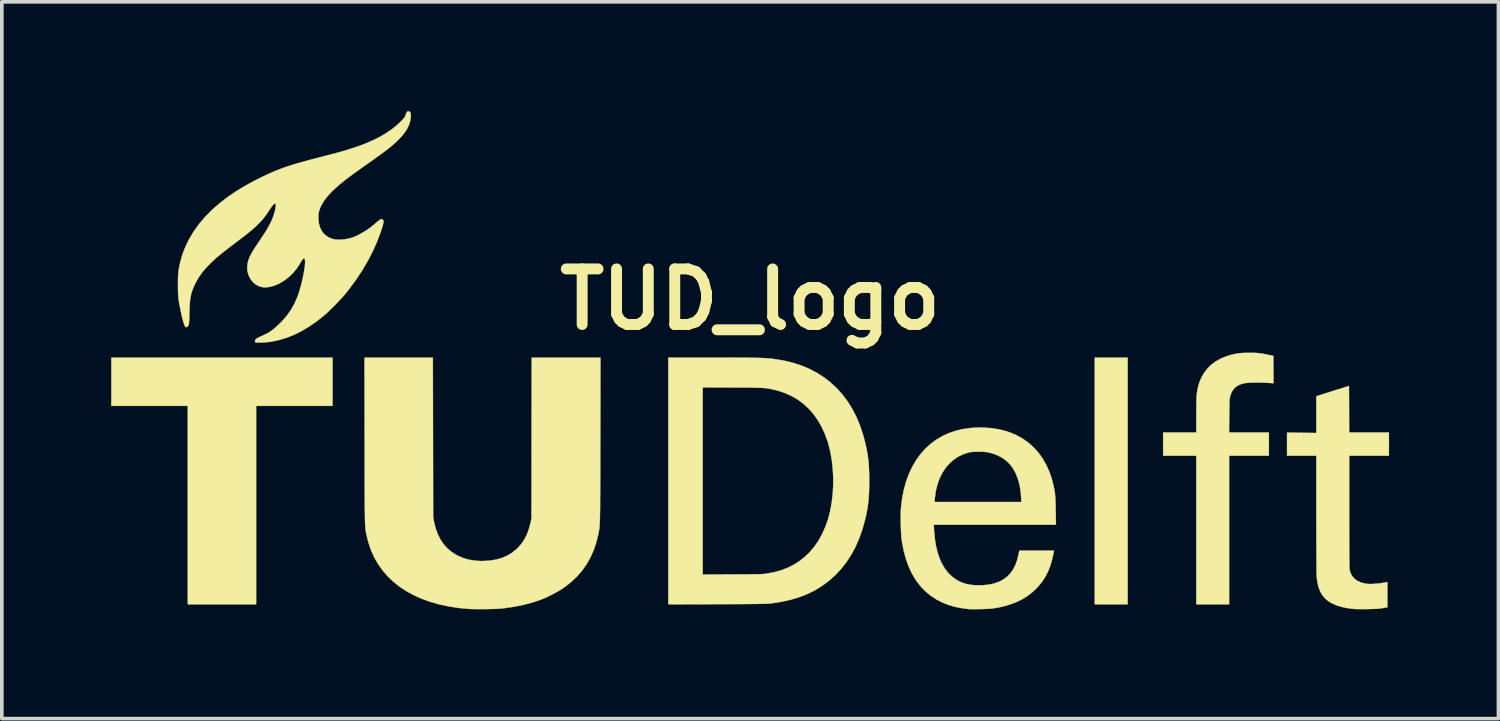
<source format=kicad_pcb>
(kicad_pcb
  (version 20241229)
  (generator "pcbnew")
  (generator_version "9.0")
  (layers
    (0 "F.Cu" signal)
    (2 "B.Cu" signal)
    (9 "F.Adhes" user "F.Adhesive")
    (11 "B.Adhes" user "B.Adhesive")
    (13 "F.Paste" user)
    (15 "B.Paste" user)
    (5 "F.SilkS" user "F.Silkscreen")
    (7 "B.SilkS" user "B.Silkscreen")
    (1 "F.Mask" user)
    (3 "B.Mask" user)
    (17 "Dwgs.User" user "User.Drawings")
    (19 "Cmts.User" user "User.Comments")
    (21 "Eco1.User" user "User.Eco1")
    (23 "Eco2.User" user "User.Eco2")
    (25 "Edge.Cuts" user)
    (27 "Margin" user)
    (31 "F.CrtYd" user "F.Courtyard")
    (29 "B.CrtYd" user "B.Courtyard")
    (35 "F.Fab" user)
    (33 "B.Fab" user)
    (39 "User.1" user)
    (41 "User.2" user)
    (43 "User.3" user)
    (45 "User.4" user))
  (footprint "TUD_logo"
    (layer "F.Cu")
    (at 17.528 5.162)
    (property "Reference" "TUD_logo" (at 0 0 180) (layer "F.SilkS") (effects (font (size 1.524 1.524) (thickness 0.3))))
    (attr through_hole)
    (fp_poly (pts (xy 10.355 8.364) (xy 9.455 8.364) (xy 9.455 1.599) (xy 10.355 1.599) (xy 10.355 8.364)) (stroke (width 0.01) (type solid)) (fill yes) (layer "F.SilkS"))
    (fp_poly (pts (xy -11.456 2.922) (xy -13.552 2.922) (xy -13.552 8.364) (xy -15.426 8.364) (xy -15.426 2.922) (xy -17.523 2.922) (xy -17.523 1.599) (xy -11.456 1.599) (xy -11.456 2.922)) (stroke (width 0.01) (type solid)) (fill yes) (layer "F.SilkS"))
    (fp_poly (pts (xy 13.783 1.467) (xy 13.852 1.469) (xy 13.915 1.472) (xy 13.975 1.478) (xy 14.037 1.487) (xy 14.105 1.499) (xy 14.186 1.516) (xy 14.267 1.533) (xy 14.352 1.551) (xy 14.354 1.926) (xy 14.357 2.3) (xy 14.222 2.291) (xy 14.134 2.286) (xy 14.039 2.283) (xy 13.944 2.282) (xy 13.85 2.282) (xy 13.761 2.284) (xy 13.682 2.288) (xy 13.616 2.293) (xy 13.566 2.299) (xy 13.558 2.301) (xy 13.454 2.33) (xy 13.368 2.37) (xy 13.298 2.422) (xy 13.242 2.487) (xy 13.199 2.568) (xy 13.169 2.654) (xy 13.164 2.675) (xy 13.159 2.696) (xy 13.155 2.72) (xy 13.152 2.747) (xy 13.15 2.782) (xy 13.148 2.825) (xy 13.146 2.879) (xy 13.145 2.946) (xy 13.144 3.029) (xy 13.143 3.129) (xy 13.142 3.195) (xy 13.138 3.653) (xy 14.23 3.653) (xy 14.23 4.288) (xy 13.139 4.288) (xy 13.139 8.364) (xy 12.239 8.364) (xy 12.239 4.288) (xy 11.329 4.288) (xy 11.329 3.653) (xy 12.239 3.653) (xy 12.239 3.189) (xy 12.24 3.084) (xy 12.24 2.982) (xy 12.242 2.886) (xy 12.243 2.799) (xy 12.245 2.724) (xy 12.248 2.663) (xy 12.25 2.62) (xy 12.251 2.609) (xy 12.277 2.44) (xy 12.321 2.284) (xy 12.382 2.139) (xy 12.46 2.007) (xy 12.554 1.888) (xy 12.664 1.783) (xy 12.789 1.692) (xy 12.929 1.616) (xy 13.084 1.555) (xy 13.186 1.525) (xy 13.263 1.506) (xy 13.331 1.492) (xy 13.395 1.481) (xy 13.459 1.474) (xy 13.53 1.47) (xy 13.612 1.467) (xy 13.701 1.467) (xy 13.783 1.467)) (stroke (width 0.01) (type solid)) (fill yes) (layer "F.SilkS"))
    (fp_poly (pts (xy 16.43 3.014) (xy 16.432 3.653) (xy 17.523 3.653) (xy 17.523 4.288) (xy 16.432 4.288) (xy 16.432 5.828) (xy 16.432 6.063) (xy 16.432 6.278) (xy 16.433 6.472) (xy 16.433 6.647) (xy 16.434 6.803) (xy 16.434 6.94) (xy 16.435 7.059) (xy 16.436 7.16) (xy 16.437 7.244) (xy 16.439 7.312) (xy 16.44 7.363) (xy 16.442 7.399) (xy 16.443 7.42) (xy 16.444 7.424) (xy 16.474 7.519) (xy 16.52 7.6) (xy 16.583 7.669) (xy 16.663 7.725) (xy 16.758 7.767) (xy 16.868 7.796) (xy 16.918 7.804) (xy 16.985 7.808) (xy 17.066 7.808) (xy 17.157 7.802) (xy 17.251 7.793) (xy 17.345 7.779) (xy 17.382 7.773) (xy 17.48 7.754) (xy 17.48 8.447) (xy 17.409 8.459) (xy 17.359 8.467) (xy 17.302 8.475) (xy 17.258 8.482) (xy 17.217 8.486) (xy 17.158 8.489) (xy 17.087 8.492) (xy 17.007 8.494) (xy 16.921 8.496) (xy 16.835 8.497) (xy 16.752 8.497) (xy 16.676 8.496) (xy 16.611 8.495) (xy 16.562 8.492) (xy 16.552 8.491) (xy 16.374 8.468) (xy 16.214 8.433) (xy 16.072 8.388) (xy 15.948 8.332) (xy 15.855 8.275) (xy 15.769 8.202) (xy 15.697 8.115) (xy 15.639 8.014) (xy 15.594 7.899) (xy 15.562 7.767) (xy 15.543 7.626) (xy 15.542 7.597) (xy 15.54 7.547) (xy 15.539 7.476) (xy 15.538 7.386) (xy 15.537 7.277) (xy 15.536 7.15) (xy 15.535 7.004) (xy 15.534 6.841) (xy 15.533 6.66) (xy 15.533 6.463) (xy 15.533 6.25) (xy 15.532 6.021) (xy 15.532 5.895) (xy 15.532 4.288) (xy 14.728 4.288) (xy 14.728 3.656) (xy 15.13 3.661) (xy 15.532 3.666) (xy 15.532 2.658) (xy 15.715 2.6) (xy 15.779 2.58) (xy 15.858 2.555) (xy 15.945 2.527) (xy 16.036 2.498) (xy 16.123 2.471) (xy 16.162 2.459) (xy 16.427 2.375) (xy 16.43 3.014)) (stroke (width 0.01) (type solid)) (fill yes) (layer "F.SilkS"))
    (fp_poly (pts (xy -8.696 5.977) (xy -8.673 6.097) (xy -8.631 6.273) (xy -8.573 6.433) (xy -8.501 6.579) (xy -8.414 6.709) (xy -8.312 6.824) (xy -8.195 6.924) (xy -8.064 7.009) (xy -7.99 7.047) (xy -7.855 7.102) (xy -7.715 7.141) (xy -7.567 7.166) (xy -7.406 7.178) (xy -7.348 7.178) (xy -7.164 7.17) (xy -6.992 7.144) (xy -6.832 7.101) (xy -6.685 7.041) (xy -6.55 6.964) (xy -6.428 6.869) (xy -6.373 6.818) (xy -6.276 6.708) (xy -6.194 6.586) (xy -6.125 6.452) (xy -6.07 6.303) (xy -6.025 6.138) (xy -6.022 6.122) (xy -5.998 6.009) (xy -5.995 3.804) (xy -5.992 1.599) (xy -4.107 1.599) (xy -4.111 3.862) (xy -4.112 4.123) (xy -4.112 4.363) (xy -4.112 4.585) (xy -4.113 4.787) (xy -4.113 4.973) (xy -4.114 5.141) (xy -4.114 5.294) (xy -4.115 5.433) (xy -4.116 5.557) (xy -4.116 5.668) (xy -4.117 5.768) (xy -4.119 5.856) (xy -4.12 5.934) (xy -4.122 6.002) (xy -4.123 6.062) (xy -4.125 6.115) (xy -4.128 6.161) (xy -4.13 6.202) (xy -4.133 6.237) (xy -4.136 6.269) (xy -4.14 6.298) (xy -4.144 6.325) (xy -4.148 6.351) (xy -4.153 6.376) (xy -4.158 6.403) (xy -4.164 6.43) (xy -4.167 6.448) (xy -4.221 6.671) (xy -4.293 6.881) (xy -4.381 7.079) (xy -4.487 7.266) (xy -4.61 7.44) (xy -4.751 7.602) (xy -4.91 7.752) (xy -5.085 7.89) (xy -5.162 7.943) (xy -5.232 7.987) (xy -5.318 8.036) (xy -5.412 8.086) (xy -5.51 8.136) (xy -5.605 8.181) (xy -5.694 8.219) (xy -5.75 8.241) (xy -5.98 8.317) (xy -6.224 8.381) (xy -6.481 8.433) (xy -6.747 8.471) (xy -6.84 8.481) (xy -6.891 8.485) (xy -6.96 8.489) (xy -7.042 8.492) (xy -7.134 8.494) (xy -7.232 8.496) (xy -7.333 8.497) (xy -7.431 8.497) (xy -7.524 8.497) (xy -7.607 8.495) (xy -7.678 8.493) (xy -7.729 8.491) (xy -8.015 8.462) (xy -8.288 8.419) (xy -8.547 8.362) (xy -8.792 8.292) (xy -9.023 8.207) (xy -9.239 8.109) (xy -9.44 7.998) (xy -9.626 7.874) (xy -9.797 7.737) (xy -9.951 7.588) (xy -10.089 7.427) (xy -10.211 7.253) (xy -10.316 7.068) (xy -10.403 6.871) (xy -10.473 6.663) (xy -10.508 6.526) (xy -10.515 6.495) (xy -10.521 6.466) (xy -10.527 6.441) (xy -10.533 6.416) (xy -10.538 6.391) (xy -10.543 6.366) (xy -10.547 6.34) (xy -10.55 6.311) (xy -10.554 6.278) (xy -10.557 6.242) (xy -10.559 6.2) (xy -10.562 6.153) (xy -10.564 6.098) (xy -10.566 6.036) (xy -10.567 5.964) (xy -10.568 5.884) (xy -10.569 5.792) (xy -10.57 5.689) (xy -10.571 5.574) (xy -10.572 5.446) (xy -10.572 5.304) (xy -10.573 5.146) (xy -10.573 4.972) (xy -10.573 4.782) (xy -10.574 4.574) (xy -10.574 4.347) (xy -10.574 4.101) (xy -10.574 3.894) (xy -10.578 1.599) (xy -8.704 1.599) (xy -8.696 5.977)) (stroke (width 0.01) (type solid)) (fill yes) (layer "F.SilkS"))
    (fp_poly (pts (xy -1.014 1.599) (xy -0.809 1.599) (xy -0.624 1.599) (xy -0.458 1.6) (xy -0.308 1.6) (xy -0.175 1.601) (xy -0.057 1.602) (xy 0.049 1.603) (xy 0.142 1.605) (xy 0.225 1.606) (xy 0.298 1.609) (xy 0.364 1.611) (xy 0.423 1.614) (xy 0.476 1.618) (xy 0.525 1.622) (xy 0.571 1.626) (xy 0.616 1.631) (xy 0.661 1.637) (xy 0.922 1.68) (xy 1.17 1.74) (xy 1.406 1.816) (xy 1.628 1.91) (xy 1.838 2.02) (xy 2.034 2.146) (xy 2.216 2.289) (xy 2.385 2.447) (xy 2.54 2.622) (xy 2.681 2.811) (xy 2.808 3.017) (xy 2.92 3.237) (xy 3.017 3.473) (xy 3.1 3.724) (xy 3.144 3.89) (xy 3.176 4.025) (xy 3.202 4.15) (xy 3.223 4.269) (xy 3.239 4.386) (xy 3.251 4.506) (xy 3.259 4.633) (xy 3.264 4.77) (xy 3.266 4.923) (xy 3.266 4.982) (xy 3.265 5.141) (xy 3.261 5.284) (xy 3.254 5.414) (xy 3.244 5.535) (xy 3.229 5.653) (xy 3.21 5.771) (xy 3.186 5.894) (xy 3.156 6.025) (xy 3.15 6.052) (xy 3.079 6.31) (xy 2.992 6.555) (xy 2.891 6.785) (xy 2.775 7.001) (xy 2.645 7.202) (xy 2.501 7.387) (xy 2.343 7.558) (xy 2.17 7.713) (xy 1.985 7.851) (xy 1.786 7.974) (xy 1.71 8.015) (xy 1.52 8.103) (xy 1.318 8.178) (xy 1.104 8.241) (xy 0.875 8.293) (xy 0.63 8.332) (xy 0.572 8.34) (xy 0.548 8.342) (xy 0.522 8.345) (xy 0.491 8.347) (xy 0.456 8.349) (xy 0.414 8.35) (xy 0.365 8.352) (xy 0.307 8.353) (xy 0.239 8.354) (xy 0.16 8.356) (xy 0.068 8.356) (xy -0.037 8.357) (xy -0.156 8.358) (xy -0.292 8.359) (xy -0.444 8.36) (xy -0.615 8.36) (xy -0.805 8.361) (xy -0.908 8.361) (xy -2.245 8.365) (xy -2.245 7.55) (xy -1.302 7.55) (xy -0.479 7.546) (xy -0.323 7.545) (xy -0.187 7.545) (xy -0.068 7.544) (xy 0.033 7.543) (xy 0.12 7.541) (xy 0.194 7.54) (xy 0.255 7.539) (xy 0.306 7.537) (xy 0.349 7.535) (xy 0.384 7.533) (xy 0.413 7.53) (xy 0.439 7.527) (xy 0.455 7.524) (xy 0.663 7.484) (xy 0.855 7.43) (xy 1.032 7.362) (xy 1.197 7.28) (xy 1.351 7.182) (xy 1.495 7.068) (xy 1.627 6.942) (xy 1.756 6.792) (xy 1.871 6.626) (xy 1.973 6.444) (xy 2.062 6.245) (xy 2.137 6.031) (xy 2.142 6.014) (xy 2.196 5.805) (xy 2.237 5.583) (xy 2.264 5.352) (xy 2.278 5.116) (xy 2.279 4.877) (xy 2.266 4.64) (xy 2.24 4.408) (xy 2.201 4.184) (xy 2.149 3.972) (xy 2.127 3.9) (xy 2.049 3.687) (xy 1.958 3.49) (xy 1.854 3.309) (xy 1.736 3.144) (xy 1.605 2.996) (xy 1.461 2.864) (xy 1.305 2.749) (xy 1.136 2.65) (xy 0.954 2.569) (xy 0.761 2.505) (xy 0.693 2.487) (xy 0.645 2.476) (xy 0.602 2.466) (xy 0.561 2.457) (xy 0.522 2.449) (xy 0.482 2.443) (xy 0.44 2.437) (xy 0.393 2.433) (xy 0.341 2.429) (xy 0.281 2.426) (xy 0.213 2.424) (xy 0.133 2.422) (xy 0.04 2.42) (xy -0.067 2.419) (xy -0.189 2.418) (xy -0.33 2.418) (xy -0.479 2.417) (xy -1.302 2.413) (xy -1.302 7.55) (xy -2.245 7.55) (xy -2.245 1.599) (xy -1.014 1.599)) (stroke (width 0.01) (type solid)) (fill yes) (layer "F.SilkS"))
    (fp_poly (pts (xy 6.406 3.519) (xy 6.612 3.533) (xy 6.804 3.562) (xy 6.985 3.604) (xy 7.157 3.662) (xy 7.322 3.735) (xy 7.333 3.74) (xy 7.498 3.835) (xy 7.651 3.947) (xy 7.79 4.074) (xy 7.916 4.217) (xy 8.028 4.375) (xy 8.126 4.547) (xy 8.209 4.732) (xy 8.277 4.931) (xy 8.33 5.143) (xy 8.36 5.315) (xy 8.365 5.365) (xy 8.37 5.426) (xy 8.375 5.502) (xy 8.378 5.594) (xy 8.381 5.703) (xy 8.382 5.81) (xy 8.388 6.183) (xy 5.037 6.183) (xy 5.044 6.324) (xy 5.063 6.541) (xy 5.093 6.743) (xy 5.137 6.928) (xy 5.192 7.097) (xy 5.26 7.249) (xy 5.34 7.385) (xy 5.433 7.504) (xy 5.537 7.605) (xy 5.653 7.69) (xy 5.733 7.735) (xy 5.831 7.777) (xy 5.93 7.808) (xy 6.037 7.829) (xy 6.156 7.841) (xy 6.199 7.843) (xy 6.377 7.842) (xy 6.539 7.827) (xy 6.687 7.796) (xy 6.82 7.751) (xy 6.939 7.689) (xy 7.043 7.613) (xy 7.134 7.521) (xy 7.212 7.412) (xy 7.276 7.288) (xy 7.327 7.147) (xy 7.365 6.99) (xy 7.365 6.989) (xy 7.384 6.893) (xy 8.334 6.893) (xy 8.327 6.932) (xy 8.286 7.126) (xy 8.235 7.304) (xy 8.171 7.466) (xy 8.094 7.615) (xy 8.003 7.753) (xy 7.897 7.881) (xy 7.873 7.906) (xy 7.744 8.03) (xy 7.606 8.137) (xy 7.457 8.229) (xy 7.295 8.307) (xy 7.119 8.373) (xy 6.983 8.412) (xy 6.881 8.438) (xy 6.784 8.458) (xy 6.689 8.473) (xy 6.591 8.484) (xy 6.484 8.491) (xy 6.363 8.495) (xy 6.294 8.497) (xy 6.22 8.497) (xy 6.151 8.498) (xy 6.091 8.498) (xy 6.043 8.497) (xy 6.01 8.497) (xy 5.998 8.496) (xy 5.973 8.493) (xy 5.934 8.488) (xy 5.888 8.482) (xy 5.871 8.48) (xy 5.668 8.446) (xy 5.474 8.394) (xy 5.292 8.325) (xy 5.121 8.238) (xy 4.962 8.135) (xy 4.816 8.016) (xy 4.684 7.881) (xy 4.566 7.73) (xy 4.529 7.676) (xy 4.431 7.508) (xy 4.347 7.325) (xy 4.275 7.127) (xy 4.217 6.912) (xy 4.171 6.681) (xy 4.155 6.575) (xy 4.148 6.515) (xy 4.143 6.437) (xy 4.138 6.347) (xy 4.135 6.248) (xy 4.132 6.145) (xy 4.131 6.041) (xy 4.131 5.941) (xy 4.132 5.848) (xy 4.135 5.768) (xy 4.139 5.705) (xy 4.158 5.559) (xy 5.058 5.559) (xy 7.442 5.559) (xy 7.437 5.466) (xy 7.427 5.336) (xy 7.414 5.223) (xy 7.397 5.12) (xy 7.374 5.023) (xy 7.346 4.926) (xy 7.341 4.913) (xy 7.283 4.767) (xy 7.211 4.637) (xy 7.125 4.523) (xy 7.025 4.425) (xy 6.911 4.343) (xy 6.782 4.276) (xy 6.639 4.224) (xy 6.523 4.196) (xy 6.453 4.185) (xy 6.37 4.179) (xy 6.281 4.177) (xy 6.191 4.178) (xy 6.107 4.183) (xy 6.033 4.192) (xy 5.993 4.2) (xy 5.846 4.248) (xy 5.71 4.313) (xy 5.584 4.397) (xy 5.47 4.497) (xy 5.368 4.614) (xy 5.279 4.747) (xy 5.203 4.896) (xy 5.196 4.913) (xy 5.134 5.085) (xy 5.091 5.266) (xy 5.066 5.458) (xy 5.066 5.461) (xy 5.058 5.559) (xy 4.158 5.559) (xy 4.17 5.456) (xy 4.217 5.221) (xy 4.278 4.999) (xy 4.354 4.791) (xy 4.445 4.597) (xy 4.549 4.418) (xy 4.666 4.254) (xy 4.797 4.106) (xy 4.941 3.973) (xy 5.096 3.857) (xy 5.264 3.756) (xy 5.443 3.673) (xy 5.634 3.607) (xy 5.835 3.559) (xy 6.047 3.529) (xy 6.268 3.517) (xy 6.406 3.519)) (stroke (width 0.01) (type solid)) (fill yes) (layer "F.SilkS"))
    (fp_poly (pts (xy -9.346 -5.149) (xy -9.333 -5.142) (xy -9.318 -5.119) (xy -9.31 -5.08) (xy -9.307 -5.03) (xy -9.312 -4.971) (xy -9.323 -4.908) (xy -9.327 -4.891) (xy -9.359 -4.787) (xy -9.405 -4.689) (xy -9.465 -4.592) (xy -9.541 -4.495) (xy -9.63 -4.399) (xy -9.682 -4.347) (xy -9.736 -4.296) (xy -9.794 -4.245) (xy -9.857 -4.192) (xy -9.926 -4.136) (xy -10.005 -4.075) (xy -10.093 -4.009) (xy -10.193 -3.936) (xy -10.307 -3.854) (xy -10.436 -3.763) (xy -10.487 -3.727) (xy -10.637 -3.621) (xy -10.771 -3.525) (xy -10.891 -3.439) (xy -10.997 -3.361) (xy -11.091 -3.289) (xy -11.175 -3.223) (xy -11.25 -3.162) (xy -11.318 -3.103) (xy -11.381 -3.047) (xy -11.439 -2.992) (xy -11.477 -2.955) (xy -11.57 -2.856) (xy -11.647 -2.763) (xy -11.71 -2.672) (xy -11.763 -2.578) (xy -11.765 -2.575) (xy -11.806 -2.484) (xy -11.832 -2.399) (xy -11.844 -2.313) (xy -11.845 -2.219) (xy -11.845 -2.203) (xy -11.83 -2.08) (xy -11.8 -1.972) (xy -11.754 -1.878) (xy -11.693 -1.799) (xy -11.617 -1.734) (xy -11.524 -1.683) (xy -11.45 -1.656) (xy -11.376 -1.641) (xy -11.288 -1.635) (xy -11.191 -1.639) (xy -11.09 -1.652) (xy -10.988 -1.673) (xy -10.914 -1.694) (xy -10.827 -1.728) (xy -10.731 -1.775) (xy -10.63 -1.831) (xy -10.528 -1.893) (xy -10.432 -1.96) (xy -10.346 -2.027) (xy -10.328 -2.042) (xy -10.265 -2.097) (xy -10.215 -2.139) (xy -10.176 -2.169) (xy -10.147 -2.189) (xy -10.124 -2.199) (xy -10.107 -2.201) (xy -10.092 -2.196) (xy -10.079 -2.186) (xy -10.067 -2.17) (xy -10.06 -2.147) (xy -10.06 -2.116) (xy -10.067 -2.074) (xy -10.081 -2.018) (xy -10.102 -1.947) (xy -10.122 -1.886) (xy -10.223 -1.611) (xy -10.345 -1.335) (xy -10.486 -1.061) (xy -10.645 -0.79) (xy -10.822 -0.524) (xy -11.015 -0.265) (xy -11.126 -0.127) (xy -11.175 -0.071) (xy -11.235 -0.006) (xy -11.303 0.066) (xy -11.375 0.142) (xy -11.45 0.217) (xy -11.523 0.289) (xy -11.591 0.354) (xy -11.652 0.409) (xy -11.694 0.446) (xy -11.898 0.607) (xy -12.1 0.747) (xy -12.301 0.867) (xy -12.502 0.967) (xy -12.703 1.048) (xy -12.906 1.111) (xy -13.112 1.155) (xy -13.207 1.17) (xy -13.26 1.175) (xy -13.319 1.18) (xy -13.381 1.183) (xy -13.442 1.185) (xy -13.495 1.185) (xy -13.538 1.184) (xy -13.566 1.18) (xy -13.571 1.179) (xy -13.583 1.164) (xy -13.583 1.139) (xy -13.572 1.111) (xy -13.555 1.087) (xy -13.534 1.073) (xy -13.499 1.053) (xy -13.453 1.03) (xy -13.4 1.005) (xy -13.381 0.997) (xy -13.309 0.964) (xy -13.249 0.935) (xy -13.197 0.905) (xy -13.146 0.872) (xy -13.093 0.831) (xy -13.031 0.78) (xy -13.002 0.756) (xy -12.849 0.61) (xy -12.713 0.454) (xy -12.595 0.286) (xy -12.495 0.108) (xy -12.415 -0.078) (xy -12.383 -0.169) (xy -12.352 -0.27) (xy -12.322 -0.376) (xy -12.295 -0.484) (xy -12.27 -0.593) (xy -12.249 -0.698) (xy -12.231 -0.798) (xy -12.218 -0.889) (xy -12.21 -0.969) (xy -12.208 -1.035) (xy -12.212 -1.083) (xy -12.212 -1.084) (xy -12.221 -1.113) (xy -12.236 -1.124) (xy -12.256 -1.117) (xy -12.281 -1.091) (xy -12.313 -1.046) (xy -12.351 -0.981) (xy -12.355 -0.974) (xy -12.439 -0.845) (xy -12.54 -0.724) (xy -12.655 -0.613) (xy -12.782 -0.516) (xy -12.917 -0.436) (xy -12.943 -0.423) (xy -13.062 -0.374) (xy -13.176 -0.343) (xy -13.283 -0.33) (xy -13.383 -0.336) (xy -13.474 -0.361) (xy -13.557 -0.404) (xy -13.63 -0.465) (xy -13.634 -0.469) (xy -13.704 -0.558) (xy -13.755 -0.654) (xy -13.786 -0.757) (xy -13.797 -0.865) (xy -13.788 -0.975) (xy -13.764 -1.073) (xy -13.746 -1.122) (xy -13.724 -1.172) (xy -13.698 -1.225) (xy -13.665 -1.284) (xy -13.625 -1.352) (xy -13.575 -1.43) (xy -13.515 -1.521) (xy -13.473 -1.583) (xy -13.393 -1.702) (xy -13.325 -1.806) (xy -13.267 -1.898) (xy -13.219 -1.981) (xy -13.178 -2.056) (xy -13.143 -2.126) (xy -13.113 -2.192) (xy -13.088 -2.259) (xy -13.066 -2.322) (xy -13.042 -2.406) (xy -13.024 -2.48) (xy -13.014 -2.541) (xy -13.012 -2.588) (xy -13.017 -2.62) (xy -13.03 -2.633) (xy -13.045 -2.628) (xy -13.068 -2.609) (xy -13.097 -2.578) (xy -13.129 -2.538) (xy -13.16 -2.495) (xy -13.168 -2.483) (xy -13.223 -2.4) (xy -13.275 -2.324) (xy -13.327 -2.254) (xy -13.38 -2.188) (xy -13.437 -2.125) (xy -13.498 -2.061) (xy -13.565 -1.997) (xy -13.641 -1.93) (xy -13.727 -1.858) (xy -13.824 -1.779) (xy -13.935 -1.693) (xy -14.062 -1.596) (xy -14.098 -1.569) (xy -14.171 -1.514) (xy -14.244 -1.458) (xy -14.314 -1.405) (xy -14.378 -1.356) (xy -14.432 -1.313) (xy -14.474 -1.281) (xy -14.484 -1.273) (xy -14.646 -1.138) (xy -14.789 -1.007) (xy -14.913 -0.879) (xy -15.021 -0.753) (xy -15.112 -0.627) (xy -15.188 -0.5) (xy -15.214 -0.45) (xy -15.254 -0.366) (xy -15.287 -0.289) (xy -15.314 -0.214) (xy -15.335 -0.139) (xy -15.352 -0.059) (xy -15.364 0.028) (xy -15.373 0.126) (xy -15.379 0.238) (xy -15.383 0.366) (xy -15.385 0.456) (xy -15.388 0.528) (xy -15.39 0.583) (xy -15.392 0.626) (xy -15.396 0.657) (xy -15.399 0.681) (xy -15.404 0.698) (xy -15.41 0.713) (xy -15.411 0.715) (xy -15.429 0.744) (xy -15.45 0.758) (xy -15.461 0.76) (xy -15.479 0.76) (xy -15.492 0.752) (xy -15.505 0.731) (xy -15.516 0.707) (xy -15.536 0.657) (xy -15.557 0.588) (xy -15.58 0.5) (xy -15.605 0.392) (xy -15.626 0.291) (xy -15.646 0.19) (xy -15.662 0.104) (xy -15.674 0.029) (xy -15.683 -0.04) (xy -15.689 -0.107) (xy -15.693 -0.179) (xy -15.695 -0.259) (xy -15.696 -0.352) (xy -15.696 -0.397) (xy -15.696 -0.504) (xy -15.694 -0.594) (xy -15.69 -0.672) (xy -15.684 -0.742) (xy -15.676 -0.809) (xy -15.664 -0.878) (xy -15.649 -0.953) (xy -15.633 -1.022) (xy -15.572 -1.236) (xy -15.49 -1.446) (xy -15.389 -1.653) (xy -15.269 -1.855) (xy -15.13 -2.05) (xy -14.974 -2.238) (xy -14.8 -2.418) (xy -14.71 -2.501) (xy -14.524 -2.66) (xy -14.326 -2.811) (xy -14.115 -2.955) (xy -13.889 -3.094) (xy -13.645 -3.229) (xy -13.501 -3.303) (xy -13.381 -3.362) (xy -13.269 -3.415) (xy -13.162 -3.464) (xy -13.057 -3.51) (xy -12.952 -3.552) (xy -12.846 -3.593) (xy -12.735 -3.632) (xy -12.617 -3.671) (xy -12.49 -3.71) (xy -12.353 -3.75) (xy -12.202 -3.792) (xy -12.035 -3.837) (xy -11.85 -3.885) (xy -11.805 -3.896) (xy -11.68 -3.929) (xy -11.572 -3.957) (xy -11.48 -3.981) (xy -11.4 -4.002) (xy -11.33 -4.021) (xy -11.266 -4.038) (xy -11.208 -4.055) (xy -11.15 -4.071) (xy -11.092 -4.088) (xy -11.038 -4.105) (xy -10.788 -4.186) (xy -10.557 -4.271) (xy -10.346 -4.363) (xy -10.153 -4.46) (xy -9.977 -4.564) (xy -9.817 -4.675) (xy -9.673 -4.793) (xy -9.592 -4.87) (xy -9.545 -4.917) (xy -9.512 -4.953) (xy -9.488 -4.983) (xy -9.471 -5.009) (xy -9.459 -5.037) (xy -9.456 -5.045) (xy -9.442 -5.083) (xy -9.429 -5.115) (xy -9.422 -5.132) (xy -9.405 -5.151) (xy -9.377 -5.157) (xy -9.346 -5.149)) (stroke (width 0.01) (type solid)) (fill yes) (layer "F.SilkS")))
  (gr_rect
    (start -3 -3)
    (end 38.055 16.664)
    (stroke (width 0.1) (type default))
    (fill no)
    (layer "Edge.Cuts")))
</source>
